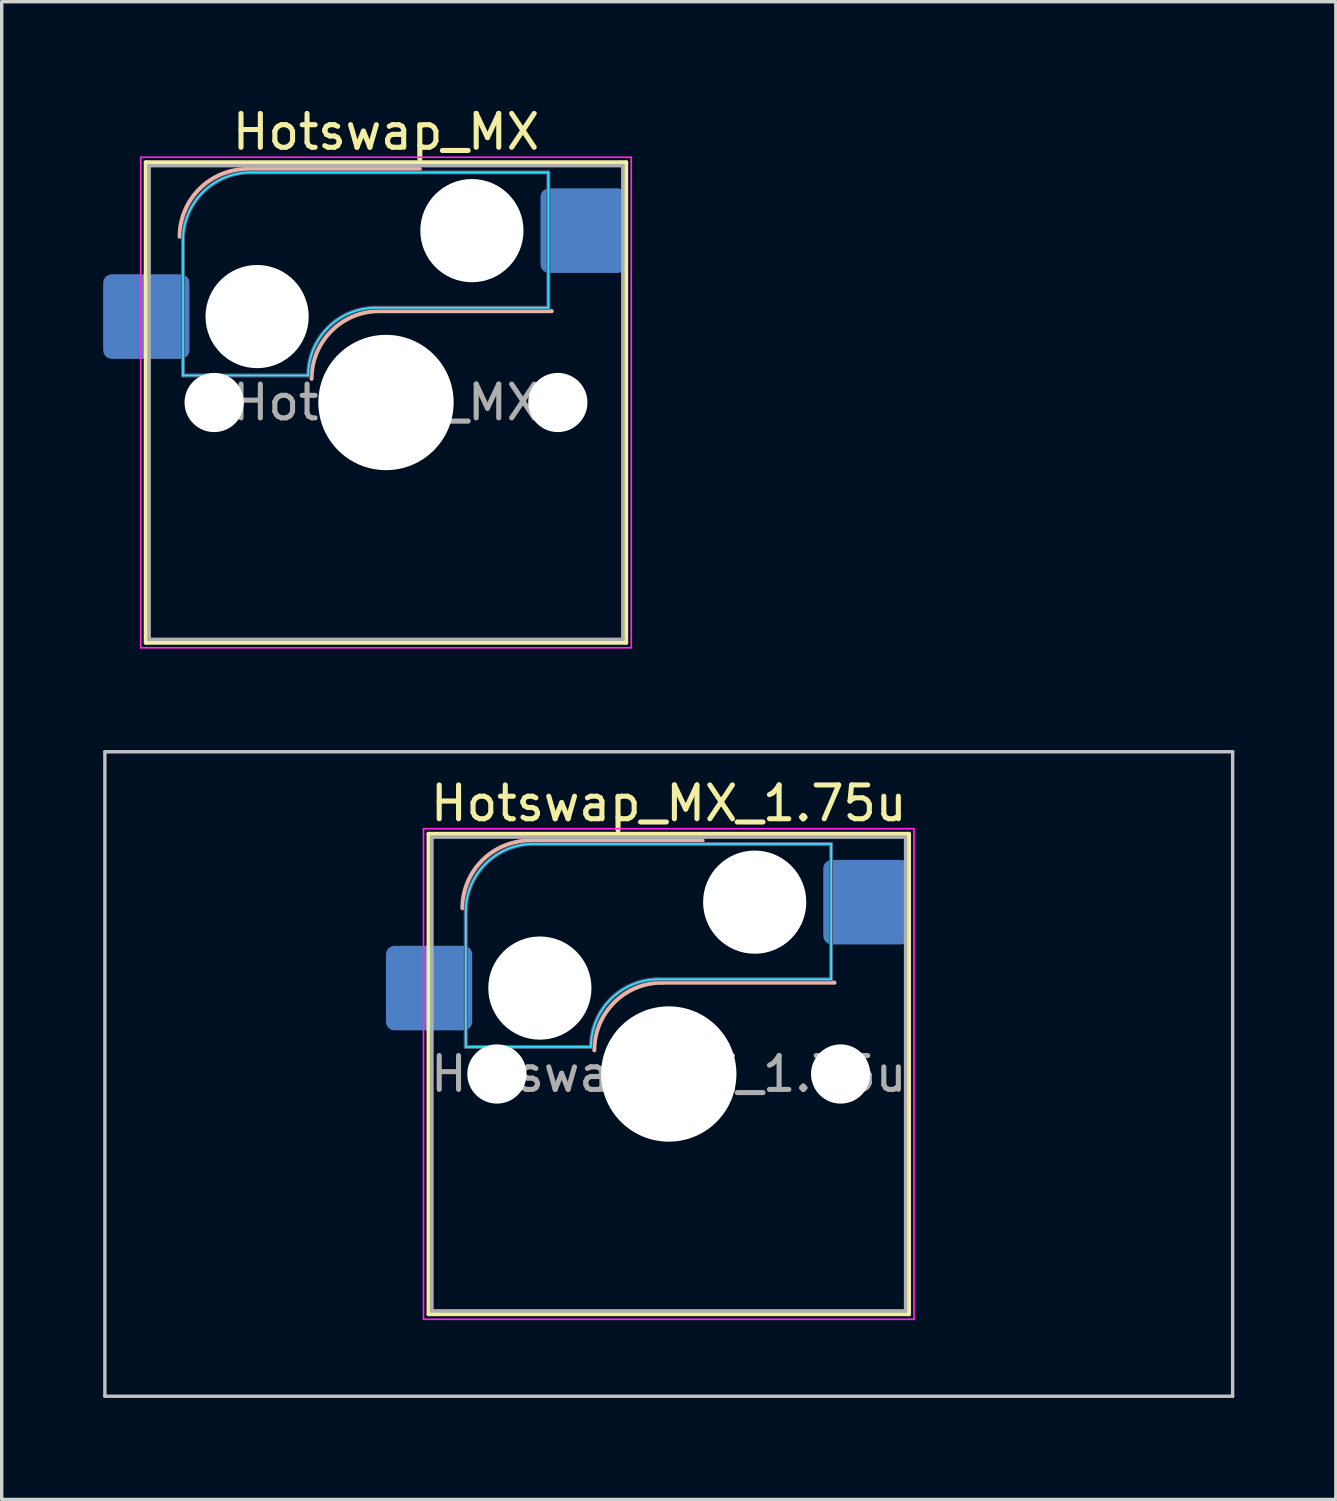
<source format=kicad_pcb>
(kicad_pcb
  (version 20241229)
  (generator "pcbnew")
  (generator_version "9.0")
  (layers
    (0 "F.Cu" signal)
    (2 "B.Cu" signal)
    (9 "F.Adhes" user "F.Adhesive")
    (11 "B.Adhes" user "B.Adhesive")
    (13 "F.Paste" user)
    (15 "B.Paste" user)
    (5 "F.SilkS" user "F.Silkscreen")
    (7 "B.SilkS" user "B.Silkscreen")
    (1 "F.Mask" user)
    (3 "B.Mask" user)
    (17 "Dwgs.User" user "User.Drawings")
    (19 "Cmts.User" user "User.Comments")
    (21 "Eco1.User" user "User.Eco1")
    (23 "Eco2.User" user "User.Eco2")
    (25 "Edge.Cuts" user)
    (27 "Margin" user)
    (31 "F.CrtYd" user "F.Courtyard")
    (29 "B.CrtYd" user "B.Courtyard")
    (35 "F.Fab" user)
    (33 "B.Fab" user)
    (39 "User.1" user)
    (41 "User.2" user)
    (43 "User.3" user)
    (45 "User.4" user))
  (footprint "Hotswap_MX_1.75u"
    (layer "F.Cu")
    (at 16.719 28.698)
    (property "Reference" "Hotswap_MX_1.75u" (at 0 -8 0) (layer "F.SilkS") (effects (font (size 1 1) (thickness 0.15))))
    (attr smd)
    (fp_line (start -7.1 -7.1) (end -7.1 7.1) (stroke (width 0.12) (type solid)) (layer "F.SilkS"))
    (fp_line (start -7.1 7.1) (end 7.1 7.1) (stroke (width 0.12) (type solid)) (layer "F.SilkS"))
    (fp_line (start 7.1 -7.1) (end -7.1 -7.1) (stroke (width 0.12) (type solid)) (layer "F.SilkS"))
    (fp_line (start 7.1 7.1) (end 7.1 -7.1) (stroke (width 0.12) (type solid)) (layer "F.SilkS"))
    (fp_line (start -4.1 -6.9) (end 1 -6.9) (stroke (width 0.12) (type solid)) (layer "B.SilkS"))
    (fp_line (start -0.2 -2.7) (end 4.9 -2.7) (stroke (width 0.12) (type solid)) (layer "B.SilkS"))
    (fp_arc (start -6.1 -4.9) (mid -5.514214 -6.314214) (end -4.1 -6.9) (stroke (width 0.12) (type solid)) (layer "B.SilkS"))
    (fp_arc (start -2.2 -0.7) (mid -1.614214 -2.114214) (end -0.2 -2.7) (stroke (width 0.12) (type solid)) (layer "B.SilkS"))
    (fp_line (start -16.669 -9.525) (end -16.669 9.525) (stroke (width 0.1) (type solid)) (layer "Dwgs.User"))
    (fp_line (start -16.669 9.525) (end 16.669 9.525) (stroke (width 0.1) (type solid)) (layer "Dwgs.User"))
    (fp_line (start 16.669 -9.525) (end -16.669 -9.525) (stroke (width 0.1) (type solid)) (layer "Dwgs.User"))
    (fp_line (start 16.669 9.525) (end 16.669 -9.525) (stroke (width 0.1) (type solid)) (layer "Dwgs.User"))
    (fp_line (start -7.8 -6) (end -7 -6) (stroke (width 0.1) (type solid)) (layer "Eco1.User"))
    (fp_line (start -7.8 -2.9) (end -7.8 -6) (stroke (width 0.1) (type solid)) (layer "Eco1.User"))
    (fp_line (start -7.8 2.9) (end -7 2.9) (stroke (width 0.1) (type solid)) (layer "Eco1.User"))
    (fp_line (start -7.8 6) (end -7.8 2.9) (stroke (width 0.1) (type solid)) (layer "Eco1.User"))
    (fp_line (start -7 -7) (end 7 -7) (stroke (width 0.1) (type solid)) (layer "Eco1.User"))
    (fp_line (start -7 -6) (end -7 -7) (stroke (width 0.1) (type solid)) (layer "Eco1.User"))
    (fp_line (start -7 -2.9) (end -7.8 -2.9) (stroke (width 0.1) (type solid)) (layer "Eco1.User"))
    (fp_line (start -7 2.9) (end -7 -2.9) (stroke (width 0.1) (type solid)) (layer "Eco1.User"))
    (fp_line (start -7 6) (end -7.8 6) (stroke (width 0.1) (type solid)) (layer "Eco1.User"))
    (fp_line (start -7 7) (end -7 6) (stroke (width 0.1) (type solid)) (layer "Eco1.User"))
    (fp_line (start 7 -7) (end 7 -6) (stroke (width 0.1) (type solid)) (layer "Eco1.User"))
    (fp_line (start 7 -6) (end 7.8 -6) (stroke (width 0.1) (type solid)) (layer "Eco1.User"))
    (fp_line (start 7 -2.9) (end 7 2.9) (stroke (width 0.1) (type solid)) (layer "Eco1.User"))
    (fp_line (start 7 2.9) (end 7.8 2.9) (stroke (width 0.1) (type solid)) (layer "Eco1.User"))
    (fp_line (start 7 6) (end 7 7) (stroke (width 0.1) (type solid)) (layer "Eco1.User"))
    (fp_line (start 7 7) (end -7 7) (stroke (width 0.1) (type solid)) (layer "Eco1.User"))
    (fp_line (start 7.8 -6) (end 7.8 -2.9) (stroke (width 0.1) (type solid)) (layer "Eco1.User"))
    (fp_line (start 7.8 -2.9) (end 7 -2.9) (stroke (width 0.1) (type solid)) (layer "Eco1.User"))
    (fp_line (start 7.8 2.9) (end 7.8 6) (stroke (width 0.1) (type solid)) (layer "Eco1.User"))
    (fp_line (start 7.8 6) (end 7 6) (stroke (width 0.1) (type solid)) (layer "Eco1.User"))
    (fp_line (start -6 -0.8) (end -6 -4.8) (stroke (width 0.05) (type solid)) (layer "B.CrtYd"))
    (fp_line (start -6 -0.8) (end -2.3 -0.8) (stroke (width 0.05) (type solid)) (layer "B.CrtYd"))
    (fp_line (start -4 -6.8) (end 4.8 -6.8) (stroke (width 0.05) (type solid)) (layer "B.CrtYd"))
    (fp_line (start -0.3 -2.8) (end 4.8 -2.8) (stroke (width 0.05) (type solid)) (layer "B.CrtYd"))
    (fp_line (start 4.8 -6.8) (end 4.8 -2.8) (stroke (width 0.05) (type solid)) (layer "B.CrtYd"))
    (fp_arc (start -6 -4.8) (mid -5.414214 -6.214214) (end -4 -6.8) (stroke (width 0.05) (type solid)) (layer "B.CrtYd"))
    (fp_arc (start -2.3 -0.8) (mid -1.714214 -2.214214) (end -0.3 -2.8) (stroke (width 0.05) (type solid)) (layer "B.CrtYd"))
    (fp_line (start -7.25 -7.25) (end -7.25 7.25) (stroke (width 0.05) (type solid)) (layer "F.CrtYd"))
    (fp_line (start -7.25 7.25) (end 7.25 7.25) (stroke (width 0.05) (type solid)) (layer "F.CrtYd"))
    (fp_line (start 7.25 -7.25) (end -7.25 -7.25) (stroke (width 0.05) (type solid)) (layer "F.CrtYd"))
    (fp_line (start 7.25 7.25) (end 7.25 -7.25) (stroke (width 0.05) (type solid)) (layer "F.CrtYd"))
    (fp_line (start -6 -0.8) (end -6 -4.8) (stroke (width 0.12) (type solid)) (layer "B.Fab"))
    (fp_line (start -6 -0.8) (end -2.3 -0.8) (stroke (width 0.12) (type solid)) (layer "B.Fab"))
    (fp_line (start -4 -6.8) (end 4.8 -6.8) (stroke (width 0.12) (type solid)) (layer "B.Fab"))
    (fp_line (start -0.3 -2.8) (end 4.8 -2.8) (stroke (width 0.12) (type solid)) (layer "B.Fab"))
    (fp_line (start 4.8 -6.8) (end 4.8 -2.8) (stroke (width 0.12) (type solid)) (layer "B.Fab"))
    (fp_arc (start -6 -4.8) (mid -5.414214 -6.214214) (end -4 -6.8) (stroke (width 0.12) (type solid)) (layer "B.Fab"))
    (fp_arc (start -2.3 -0.8) (mid -1.714214 -2.214214) (end -0.3 -2.8) (stroke (width 0.12) (type solid)) (layer "B.Fab"))
    (fp_line (start -7 -7) (end -7 7) (stroke (width 0.1) (type solid)) (layer "F.Fab"))
    (fp_line (start -7 7) (end 7 7) (stroke (width 0.1) (type solid)) (layer "F.Fab"))
    (fp_line (start 7 -7) (end -7 -7) (stroke (width 0.1) (type solid)) (layer "F.Fab"))
    (fp_line (start 7 7) (end 7 -7) (stroke (width 0.1) (type solid)) (layer "F.Fab"))
    (fp_text user "${REFERENCE}" (at 0 0 0) (layer "F.Fab") (effects (font (size 1 1) (thickness 0.15))))
    (pad "" np_thru_hole circle (at -5.08 0) (size 1.75 1.75) (drill 1.75) (layers "*.Cu" "*.Mask"))
    (pad "" np_thru_hole circle (at -3.81 -2.54) (size 3.05 3.05) (drill 3.05) (layers "*.Cu" "*.Mask"))
    (pad "" np_thru_hole circle (at 0 0) (size 4 4) (drill 4) (layers "*.Cu" "*.Mask"))
    (pad "" np_thru_hole circle (at 2.54 -5.08) (size 3.05 3.05) (drill 3.05) (layers "*.Cu" "*.Mask"))
    (pad "" np_thru_hole circle (at 5.08 0) (size 1.75 1.75) (drill 1.75) (layers "*.Cu" "*.Mask"))
    (pad "1" smd roundrect (at -7.085 -2.54) (size 2.55 2.5) (layers "B.Cu" "B.Mask" "B.Paste") (roundrect_rratio 0.1))
    (pad "2" smd roundrect (at 5.842 -5.08) (size 2.55 2.5) (layers "B.Cu" "B.Mask" "B.Paste") (roundrect_rratio 0.1)))
  (footprint "Hotswap_MX"
    (layer "F.Cu")
    (at 8.36 8.848)
    (property "Reference" "Hotswap_MX" (at 0 -8 0) (layer "F.SilkS") (effects (font (size 1 1) (thickness 0.15))))
    (attr smd)
    (fp_line (start -7.1 -7.1) (end -7.1 7.1) (stroke (width 0.12) (type solid)) (layer "F.SilkS"))
    (fp_line (start -7.1 7.1) (end 7.1 7.1) (stroke (width 0.12) (type solid)) (layer "F.SilkS"))
    (fp_line (start 7.1 -7.1) (end -7.1 -7.1) (stroke (width 0.12) (type solid)) (layer "F.SilkS"))
    (fp_line (start 7.1 7.1) (end 7.1 -7.1) (stroke (width 0.12) (type solid)) (layer "F.SilkS"))
    (fp_line (start -4.1 -6.9) (end 1 -6.9) (stroke (width 0.12) (type solid)) (layer "B.SilkS"))
    (fp_line (start -0.2 -2.7) (end 4.9 -2.7) (stroke (width 0.12) (type solid)) (layer "B.SilkS"))
    (fp_arc (start -6.1 -4.9) (mid -5.514214 -6.314214) (end -4.1 -6.9) (stroke (width 0.12) (type solid)) (layer "B.SilkS"))
    (fp_arc (start -2.2 -0.7) (mid -1.614214 -2.114214) (end -0.2 -2.7) (stroke (width 0.12) (type solid)) (layer "B.SilkS"))
    (fp_line (start -7.8 -6) (end -7 -6) (stroke (width 0.1) (type solid)) (layer "Eco1.User"))
    (fp_line (start -7.8 -2.9) (end -7.8 -6) (stroke (width 0.1) (type solid)) (layer "Eco1.User"))
    (fp_line (start -7.8 2.9) (end -7 2.9) (stroke (width 0.1) (type solid)) (layer "Eco1.User"))
    (fp_line (start -7.8 6) (end -7.8 2.9) (stroke (width 0.1) (type solid)) (layer "Eco1.User"))
    (fp_line (start -7 -7) (end 7 -7) (stroke (width 0.1) (type solid)) (layer "Eco1.User"))
    (fp_line (start -7 -6) (end -7 -7) (stroke (width 0.1) (type solid)) (layer "Eco1.User"))
    (fp_line (start -7 -2.9) (end -7.8 -2.9) (stroke (width 0.1) (type solid)) (layer "Eco1.User"))
    (fp_line (start -7 2.9) (end -7 -2.9) (stroke (width 0.1) (type solid)) (layer "Eco1.User"))
    (fp_line (start -7 6) (end -7.8 6) (stroke (width 0.1) (type solid)) (layer "Eco1.User"))
    (fp_line (start -7 7) (end -7 6) (stroke (width 0.1) (type solid)) (layer "Eco1.User"))
    (fp_line (start 7 -7) (end 7 -6) (stroke (width 0.1) (type solid)) (layer "Eco1.User"))
    (fp_line (start 7 -6) (end 7.8 -6) (stroke (width 0.1) (type solid)) (layer "Eco1.User"))
    (fp_line (start 7 -2.9) (end 7 2.9) (stroke (width 0.1) (type solid)) (layer "Eco1.User"))
    (fp_line (start 7 2.9) (end 7.8 2.9) (stroke (width 0.1) (type solid)) (layer "Eco1.User"))
    (fp_line (start 7 6) (end 7 7) (stroke (width 0.1) (type solid)) (layer "Eco1.User"))
    (fp_line (start 7 7) (end -7 7) (stroke (width 0.1) (type solid)) (layer "Eco1.User"))
    (fp_line (start 7.8 -6) (end 7.8 -2.9) (stroke (width 0.1) (type solid)) (layer "Eco1.User"))
    (fp_line (start 7.8 -2.9) (end 7 -2.9) (stroke (width 0.1) (type solid)) (layer "Eco1.User"))
    (fp_line (start 7.8 2.9) (end 7.8 6) (stroke (width 0.1) (type solid)) (layer "Eco1.User"))
    (fp_line (start 7.8 6) (end 7 6) (stroke (width 0.1) (type solid)) (layer "Eco1.User"))
    (fp_line (start -6 -0.8) (end -6 -4.8) (stroke (width 0.05) (type solid)) (layer "B.CrtYd"))
    (fp_line (start -6 -0.8) (end -2.3 -0.8) (stroke (width 0.05) (type solid)) (layer "B.CrtYd"))
    (fp_line (start -4 -6.8) (end 4.8 -6.8) (stroke (width 0.05) (type solid)) (layer "B.CrtYd"))
    (fp_line (start -0.3 -2.8) (end 4.8 -2.8) (stroke (width 0.05) (type solid)) (layer "B.CrtYd"))
    (fp_line (start 4.8 -6.8) (end 4.8 -2.8) (stroke (width 0.05) (type solid)) (layer "B.CrtYd"))
    (fp_arc (start -6 -4.8) (mid -5.414214 -6.214214) (end -4 -6.8) (stroke (width 0.05) (type solid)) (layer "B.CrtYd"))
    (fp_arc (start -2.3 -0.8) (mid -1.714214 -2.214214) (end -0.3 -2.8) (stroke (width 0.05) (type solid)) (layer "B.CrtYd"))
    (fp_line (start -7.25 -7.25) (end -7.25 7.25) (stroke (width 0.05) (type solid)) (layer "F.CrtYd"))
    (fp_line (start -7.25 7.25) (end 7.25 7.25) (stroke (width 0.05) (type solid)) (layer "F.CrtYd"))
    (fp_line (start 7.25 -7.25) (end -7.25 -7.25) (stroke (width 0.05) (type solid)) (layer "F.CrtYd"))
    (fp_line (start 7.25 7.25) (end 7.25 -7.25) (stroke (width 0.05) (type solid)) (layer "F.CrtYd"))
    (fp_line (start -6 -0.8) (end -6 -4.8) (stroke (width 0.12) (type solid)) (layer "B.Fab"))
    (fp_line (start -6 -0.8) (end -2.3 -0.8) (stroke (width 0.12) (type solid)) (layer "B.Fab"))
    (fp_line (start -4 -6.8) (end 4.8 -6.8) (stroke (width 0.12) (type solid)) (layer "B.Fab"))
    (fp_line (start -0.3 -2.8) (end 4.8 -2.8) (stroke (width 0.12) (type solid)) (layer "B.Fab"))
    (fp_line (start 4.8 -6.8) (end 4.8 -2.8) (stroke (width 0.12) (type solid)) (layer "B.Fab"))
    (fp_arc (start -6 -4.8) (mid -5.414214 -6.214214) (end -4 -6.8) (stroke (width 0.12) (type solid)) (layer "B.Fab"))
    (fp_arc (start -2.3 -0.8) (mid -1.714214 -2.214214) (end -0.3 -2.8) (stroke (width 0.12) (type solid)) (layer "B.Fab"))
    (fp_line (start -7 -7) (end -7 7) (stroke (width 0.1) (type solid)) (layer "F.Fab"))
    (fp_line (start -7 7) (end 7 7) (stroke (width 0.1) (type solid)) (layer "F.Fab"))
    (fp_line (start 7 -7) (end -7 -7) (stroke (width 0.1) (type solid)) (layer "F.Fab"))
    (fp_line (start 7 7) (end 7 -7) (stroke (width 0.1) (type solid)) (layer "F.Fab"))
    (fp_text user "${REFERENCE}" (at 0 0 0) (layer "F.Fab") (effects (font (size 1 1) (thickness 0.15))))
    (pad "" np_thru_hole circle (at -5.08 0) (size 1.75 1.75) (drill 1.75) (layers "*.Cu" "*.Mask"))
    (pad "" np_thru_hole circle (at -3.81 -2.54) (size 3.05 3.05) (drill 3.05) (layers "*.Cu" "*.Mask"))
    (pad "" np_thru_hole circle (at 0 0) (size 4 4) (drill 4) (layers "*.Cu" "*.Mask"))
    (pad "" np_thru_hole circle (at 2.54 -5.08) (size 3.05 3.05) (drill 3.05) (layers "*.Cu" "*.Mask"))
    (pad "" np_thru_hole circle (at 5.08 0) (size 1.75 1.75) (drill 1.75) (layers "*.Cu" "*.Mask"))
    (pad "1" smd roundrect (at -7.085 -2.54) (size 2.55 2.5) (layers "B.Cu" "B.Mask" "B.Paste") (roundrect_rratio 0.1))
    (pad "2" smd roundrect (at 5.842 -5.08) (size 2.55 2.5) (layers "B.Cu" "B.Mask" "B.Paste") (roundrect_rratio 0.1)))
  (gr_rect
    (start -3 -3)
    (end 36.438 41.273)
    (stroke (width 0.1) (type default))
    (fill no)
    (layer "Edge.Cuts")))
</source>
